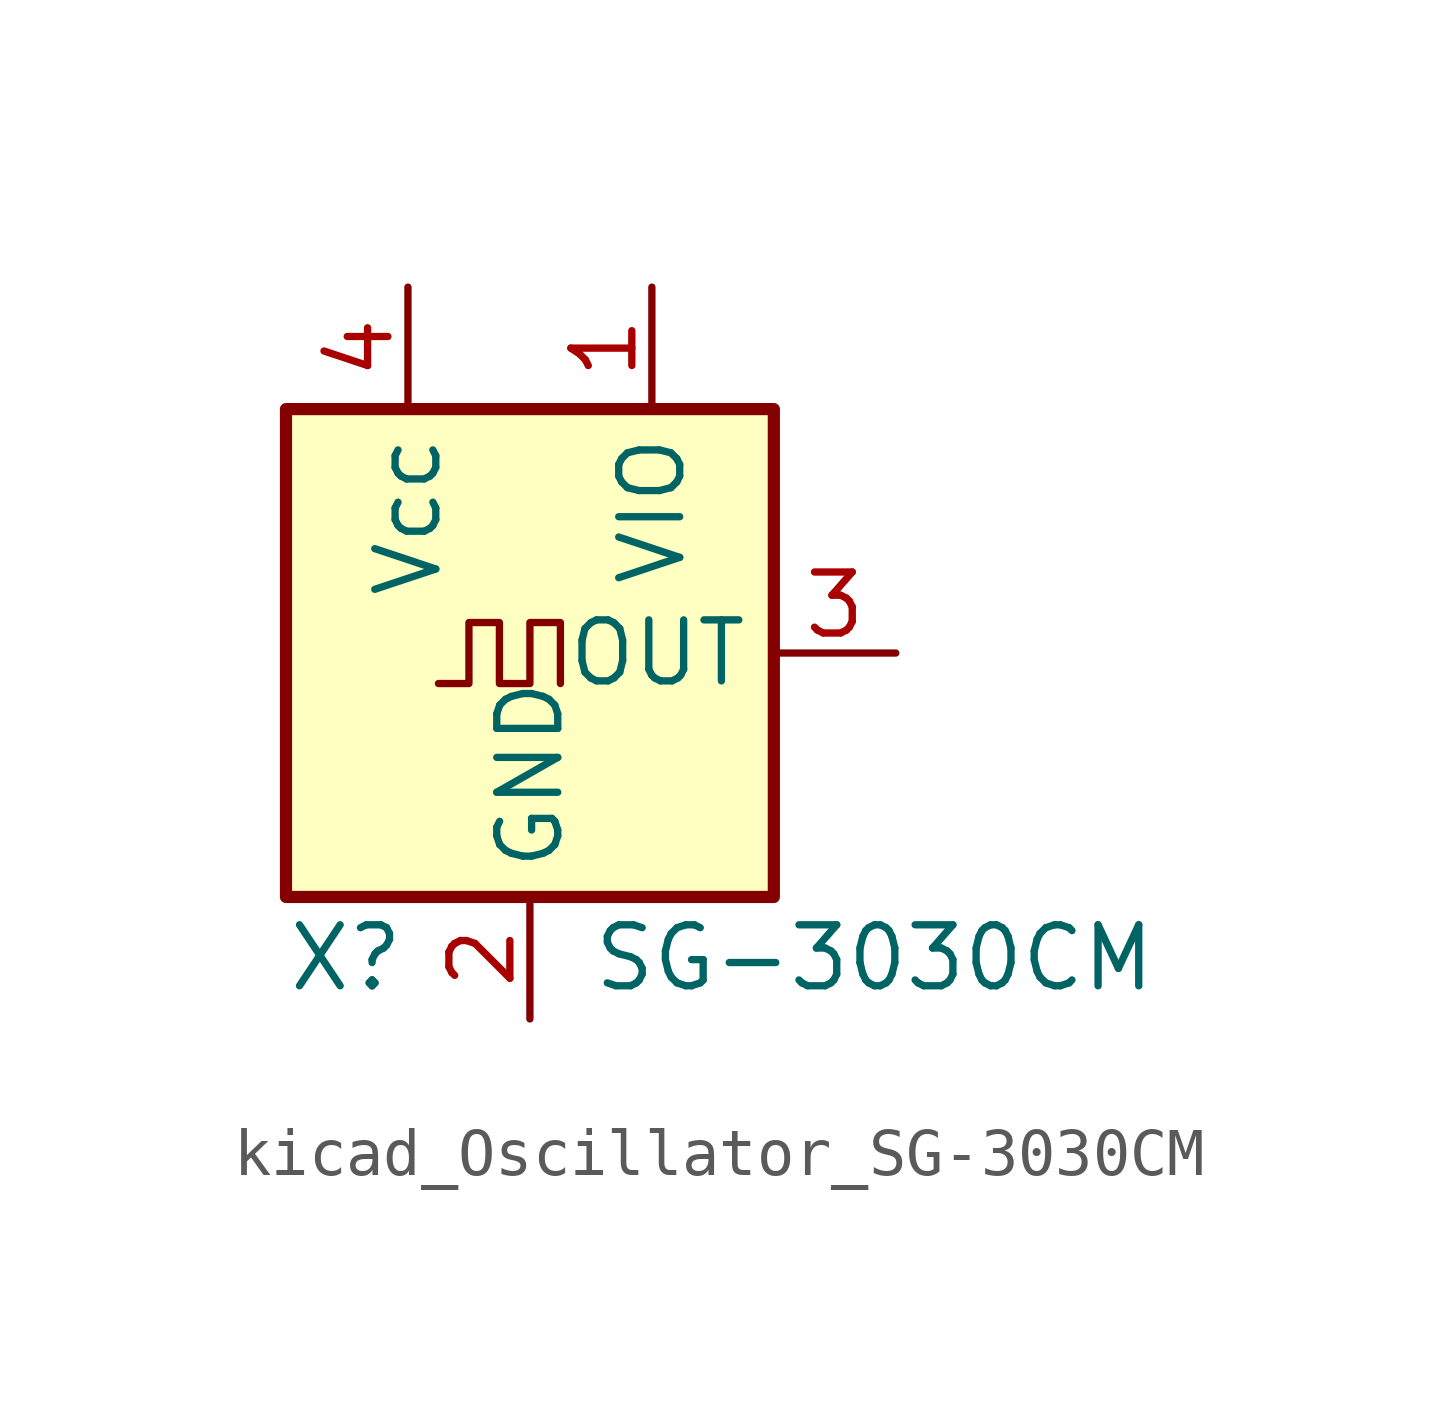
<source format=kicad_sym>
(kicad_symbol_lib
  (version 20220914)
  (generator kicad_symbol_editor)
  (symbol "kicad_Oscillator_SG-3030CM"
    (property "Reference" "X"
      (at -5.08 -6.35 0)
      (effects (font (size 1.27 1.27)) (justify left)))
    (property "Value" "SG-3030CM"
      (at 1.27 -6.35 0)
      (effects (font (size 1.27 1.27)) (justify left)))
    (symbol "kicad_Oscillator_SG-3030CM_0_1"
      (rectangle (start -5.08 5.08) (end 5.08 -5.08) (stroke (width 0.254) (type default)) (fill (type background)))
      (polyline (pts (xy -1.905 -0.635) (xy -1.27 -0.635) (xy -1.27 0.635) (xy -0.635 0.635) (xy -0.635 -0.635) (xy 0 -0.635) (xy 0 0.635) (xy 0.635 0.635) (xy 0.635 -0.635)) (stroke (width 0) (type default)) (fill (type none))))
    (symbol "kicad_Oscillator_SG-3030CM_1_1"
      (pin power_in line (at 2.54 7.62 270) (length 2.54) (name "VIO" (effects (font (size 1.27 1.27)))) (number "1" (effects (font (size 1.27 1.27)))))
      (pin power_in line (at 0 -7.62 90) (length 2.54) (name "GND" (effects (font (size 1.27 1.27)))) (number "2" (effects (font (size 1.27 1.27)))))
      (pin output line (at 7.62 0 180) (length 2.54) (name "OUT" (effects (font (size 1.27 1.27)))) (number "3" (effects (font (size 1.27 1.27)))))
      (pin power_in line (at -2.54 7.62 270) (length 2.54) (name "Vcc" (effects (font (size 1.27 1.27)))) (number "4" (effects (font (size 1.27 1.27))))))))
</source>
